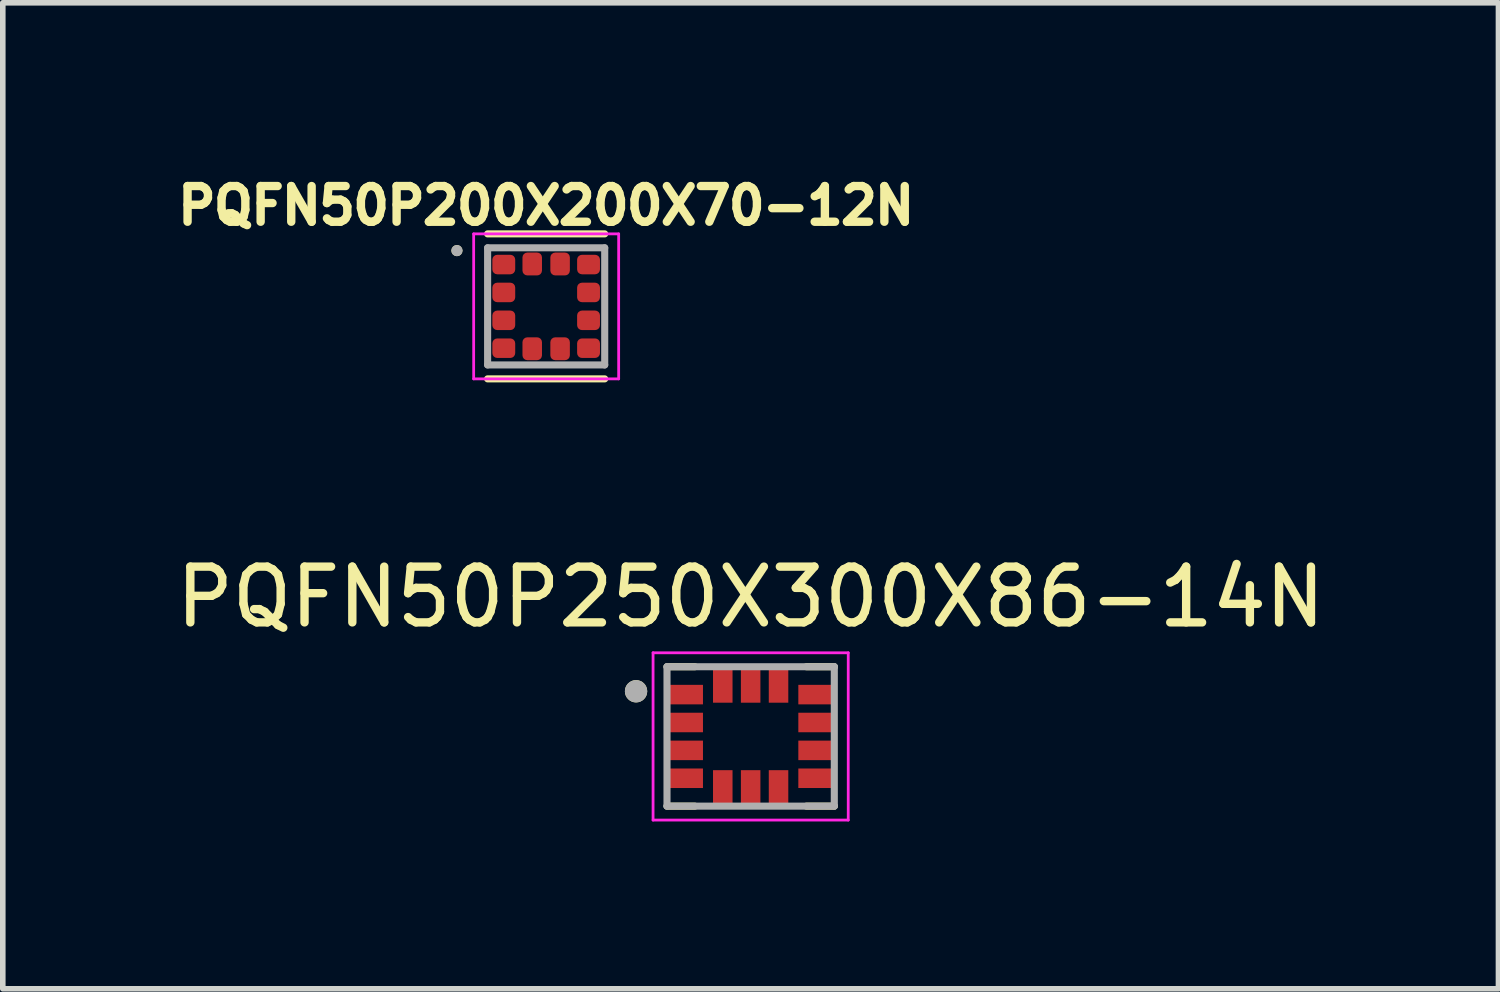
<source format=kicad_pcb>
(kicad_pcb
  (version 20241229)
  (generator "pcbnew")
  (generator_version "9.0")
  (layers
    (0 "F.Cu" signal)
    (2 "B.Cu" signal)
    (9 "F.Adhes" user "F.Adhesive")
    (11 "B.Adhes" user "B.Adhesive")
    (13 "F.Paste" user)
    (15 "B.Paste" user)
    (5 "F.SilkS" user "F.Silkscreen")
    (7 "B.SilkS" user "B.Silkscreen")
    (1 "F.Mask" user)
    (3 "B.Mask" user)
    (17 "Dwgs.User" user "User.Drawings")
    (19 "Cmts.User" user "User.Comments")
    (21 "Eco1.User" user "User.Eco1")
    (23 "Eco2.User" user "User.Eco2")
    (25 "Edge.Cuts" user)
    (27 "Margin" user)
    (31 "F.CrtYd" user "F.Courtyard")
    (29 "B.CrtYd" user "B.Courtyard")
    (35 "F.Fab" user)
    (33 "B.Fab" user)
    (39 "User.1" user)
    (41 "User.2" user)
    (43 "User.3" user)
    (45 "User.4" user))
  (footprint "PQFN50P200X200X70-12N"
    (layer "F.Cu")
    (at 6.744 2.444)
    (property "Reference" "PQFN50P200X200X70-12N" (at 0 -1.806 0) (layer "F.SilkS") (effects (font (size 0.64 0.64) (thickness 0.15))))
    (attr smd)
    (fp_line (start -1.05 -1.3) (end 1.05 -1.3) (stroke (width 0.127) (type solid)) (layer "F.SilkS"))
    (fp_line (start 1.05 1.3) (end -1.05 1.3) (stroke (width 0.127) (type solid)) (layer "F.SilkS"))
    (fp_circle (center -1.6 -1) (end -1.55 -1) (stroke (width 0.1) (type solid)) (fill no) (layer "F.SilkS"))
    (fp_line (start -1.3 -1.3) (end -1.3 1.3) (stroke (width 0.05) (type solid)) (layer "F.CrtYd"))
    (fp_line (start -1.3 1.3) (end 1.3 1.3) (stroke (width 0.05) (type solid)) (layer "F.CrtYd"))
    (fp_line (start 1.3 -1.3) (end -1.3 -1.3) (stroke (width 0.05) (type solid)) (layer "F.CrtYd"))
    (fp_line (start 1.3 1.3) (end 1.3 -1.3) (stroke (width 0.05) (type solid)) (layer "F.CrtYd"))
    (fp_line (start -1.05 -1.05) (end 1.05 -1.05) (stroke (width 0.127) (type solid)) (layer "F.Fab"))
    (fp_line (start -1.05 1.05) (end -1.05 -1.05) (stroke (width 0.127) (type solid)) (layer "F.Fab"))
    (fp_line (start 1.05 -1.05) (end 1.05 1.05) (stroke (width 0.127) (type solid)) (layer "F.Fab"))
    (fp_line (start 1.05 1.05) (end -1.05 1.05) (stroke (width 0.127) (type solid)) (layer "F.Fab"))
    (fp_circle (center -1.6 -1) (end -1.55 -1) (stroke (width 0.1) (type solid)) (fill no) (layer "F.Fab"))
    (pad "1" smd roundrect (at -0.76 -0.75) (size 0.41 0.35) (layers "F.Cu" "F.Mask" "F.Paste") (roundrect_rratio 0.25))
    (pad "2" smd roundrect (at -0.76 -0.25) (size 0.41 0.35) (layers "F.Cu" "F.Mask" "F.Paste") (roundrect_rratio 0.25))
    (pad "3" smd roundrect (at -0.76 0.25) (size 0.41 0.35) (layers "F.Cu" "F.Mask" "F.Paste") (roundrect_rratio 0.25))
    (pad "4" smd roundrect (at -0.76 0.75) (size 0.41 0.35) (layers "F.Cu" "F.Mask" "F.Paste") (roundrect_rratio 0.25))
    (pad "5" smd roundrect (at -0.25 0.76) (size 0.35 0.41) (layers "F.Cu" "F.Mask" "F.Paste") (roundrect_rratio 0.25))
    (pad "6" smd roundrect (at 0.25 0.76) (size 0.35 0.41) (layers "F.Cu" "F.Mask" "F.Paste") (roundrect_rratio 0.25))
    (pad "7" smd roundrect (at 0.76 0.75) (size 0.41 0.35) (layers "F.Cu" "F.Mask" "F.Paste") (roundrect_rratio 0.25))
    (pad "8" smd roundrect (at 0.76 0.25) (size 0.41 0.35) (layers "F.Cu" "F.Mask" "F.Paste") (roundrect_rratio 0.25))
    (pad "9" smd roundrect (at 0.76 -0.25) (size 0.41 0.35) (layers "F.Cu" "F.Mask" "F.Paste") (roundrect_rratio 0.25))
    (pad "10" smd roundrect (at 0.76 -0.75) (size 0.41 0.35) (layers "F.Cu" "F.Mask" "F.Paste") (roundrect_rratio 0.25))
    (pad "11" smd roundrect (at 0.25 -0.76) (size 0.35 0.41) (layers "F.Cu" "F.Mask" "F.Paste") (roundrect_rratio 0.25))
    (pad "12" smd roundrect (at -0.25 -0.76) (size 0.35 0.41) (layers "F.Cu" "F.Mask" "F.Paste") (roundrect_rratio 0.25)))
  (footprint "PQFN50P250X300X86-14N"
    (layer "F.Cu")
    (at 10.411 10.156)
    (property "Reference" "PQFN50P250X300X86-14N" (at 0 -2.5 0) (layer "F.SilkS") (effects (font (size 1 1) (thickness 0.15))))
    (attr smd)
    (fp_poly (pts (xy -1.515 -0.975) (xy -0.805 -0.975) (xy -0.805 -0.525) (xy -1.515 -0.525)) (stroke (width 0.01) (type solid)) (fill yes) (layer "F.Mask"))
    (fp_poly (pts (xy -1.515 -0.475) (xy -0.805 -0.475) (xy -0.805 -0.025) (xy -1.515 -0.025)) (stroke (width 0.01) (type solid)) (fill yes) (layer "F.Mask"))
    (fp_poly (pts (xy -1.515 0.025) (xy -0.805 0.025) (xy -0.805 0.475) (xy -1.515 0.475)) (stroke (width 0.01) (type solid)) (fill yes) (layer "F.Mask"))
    (fp_poly (pts (xy -1.515 0.525) (xy -0.805 0.525) (xy -0.805 0.975) (xy -1.515 0.975)) (stroke (width 0.01) (type solid)) (fill yes) (layer "F.Mask"))
    (fp_poly (pts (xy -0.725 -1.265) (xy -0.275 -1.265) (xy -0.275 -0.555) (xy -0.725 -0.555)) (stroke (width 0.01) (type solid)) (fill yes) (layer "F.Mask"))
    (fp_poly (pts (xy -0.725 0.555) (xy -0.275 0.555) (xy -0.275 1.265) (xy -0.725 1.265)) (stroke (width 0.01) (type solid)) (fill yes) (layer "F.Mask"))
    (fp_poly (pts (xy -0.225 -1.265) (xy 0.225 -1.265) (xy 0.225 -0.555) (xy -0.225 -0.555)) (stroke (width 0.01) (type solid)) (fill yes) (layer "F.Mask"))
    (fp_poly (pts (xy -0.225 0.555) (xy 0.225 0.555) (xy 0.225 1.265) (xy -0.225 1.265)) (stroke (width 0.01) (type solid)) (fill yes) (layer "F.Mask"))
    (fp_poly (pts (xy 0.275 -1.265) (xy 0.725 -1.265) (xy 0.725 -0.555) (xy 0.275 -0.555)) (stroke (width 0.01) (type solid)) (fill yes) (layer "F.Mask"))
    (fp_poly (pts (xy 0.275 0.555) (xy 0.725 0.555) (xy 0.725 1.265) (xy 0.275 1.265)) (stroke (width 0.01) (type solid)) (fill yes) (layer "F.Mask"))
    (fp_poly (pts (xy 0.805 -0.975) (xy 1.515 -0.975) (xy 1.515 -0.525) (xy 0.805 -0.525)) (stroke (width 0.01) (type solid)) (fill yes) (layer "F.Mask"))
    (fp_poly (pts (xy 0.805 -0.475) (xy 1.515 -0.475) (xy 1.515 -0.025) (xy 0.805 -0.025)) (stroke (width 0.01) (type solid)) (fill yes) (layer "F.Mask"))
    (fp_poly (pts (xy 0.805 0.025) (xy 1.515 0.025) (xy 1.515 0.475) (xy 0.805 0.475)) (stroke (width 0.01) (type solid)) (fill yes) (layer "F.Mask"))
    (fp_poly (pts (xy 0.805 0.525) (xy 1.515 0.525) (xy 1.515 0.975) (xy 0.805 0.975)) (stroke (width 0.01) (type solid)) (fill yes) (layer "F.Mask"))
    (fp_line (start -1.5 -1.25) (end -1 -1.25) (stroke (width 0.127) (type solid)) (layer "F.SilkS"))
    (fp_line (start -1.5 1.25) (end -1 1.25) (stroke (width 0.127) (type solid)) (layer "F.SilkS"))
    (fp_line (start 1.5 -1.25) (end 1 -1.25) (stroke (width 0.127) (type solid)) (layer "F.SilkS"))
    (fp_line (start 1.5 1.25) (end 1 1.25) (stroke (width 0.127) (type solid)) (layer "F.SilkS"))
    (fp_circle (center -2.055 -0.81) (end -1.955 -0.81) (stroke (width 0.2) (type solid)) (fill no) (layer "F.SilkS"))
    (fp_line (start -1.75 -1.5) (end 1.75 -1.5) (stroke (width 0.05) (type solid)) (layer "F.CrtYd"))
    (fp_line (start -1.75 1.5) (end -1.75 -1.5) (stroke (width 0.05) (type solid)) (layer "F.CrtYd"))
    (fp_line (start 1.75 -1.5) (end 1.75 1.5) (stroke (width 0.05) (type solid)) (layer "F.CrtYd"))
    (fp_line (start 1.75 1.5) (end -1.75 1.5) (stroke (width 0.05) (type solid)) (layer "F.CrtYd"))
    (fp_line (start -1.5 -1.25) (end 1.5 -1.25) (stroke (width 0.127) (type solid)) (layer "F.Fab"))
    (fp_line (start -1.5 1.25) (end -1.5 -1.25) (stroke (width 0.127) (type solid)) (layer "F.Fab"))
    (fp_line (start -1.5 1.25) (end 1.5 1.25) (stroke (width 0.127) (type solid)) (layer "F.Fab"))
    (fp_line (start 1.5 -1.25) (end 1.5 1.25) (stroke (width 0.127) (type solid)) (layer "F.Fab"))
    (fp_circle (center -2.055 -0.81) (end -1.955 -0.81) (stroke (width 0.2) (type solid)) (fill no) (layer "F.Fab"))
    (pad "1" smd rect (at -1.16 -0.75) (size 0.61 0.35) (layers "F.Cu" "F.Paste"))
    (pad "2" smd rect (at -1.16 -0.25) (size 0.61 0.35) (layers "F.Cu" "F.Paste"))
    (pad "3" smd rect (at -1.16 0.25) (size 0.61 0.35) (layers "F.Cu" "F.Paste"))
    (pad "4" smd rect (at -1.16 0.75) (size 0.61 0.35) (layers "F.Cu" "F.Paste"))
    (pad "5" smd rect (at -0.5 0.91) (size 0.35 0.61) (layers "F.Cu" "F.Paste"))
    (pad "6" smd rect (at 0 0.91) (size 0.35 0.61) (layers "F.Cu" "F.Paste"))
    (pad "7" smd rect (at 0.5 0.91) (size 0.35 0.61) (layers "F.Cu" "F.Paste"))
    (pad "8" smd rect (at 1.16 0.75) (size 0.61 0.35) (layers "F.Cu" "F.Paste"))
    (pad "9" smd rect (at 1.16 0.25) (size 0.61 0.35) (layers "F.Cu" "F.Paste"))
    (pad "10" smd rect (at 1.16 -0.25) (size 0.61 0.35) (layers "F.Cu" "F.Paste"))
    (pad "11" smd rect (at 1.16 -0.75) (size 0.61 0.35) (layers "F.Cu" "F.Paste"))
    (pad "12" smd rect (at 0.5 -0.91) (size 0.35 0.61) (layers "F.Cu" "F.Paste"))
    (pad "13" smd rect (at 0 -0.91) (size 0.35 0.61) (layers "F.Cu" "F.Paste"))
    (pad "14" smd rect (at -0.5 -0.91) (size 0.35 0.61) (layers "F.Cu" "F.Paste")))
  (gr_rect
    (start -3 -3)
    (end 23.821 14.681)
    (stroke (width 0.1) (type default))
    (fill no)
    (layer "Edge.Cuts")))
</source>
